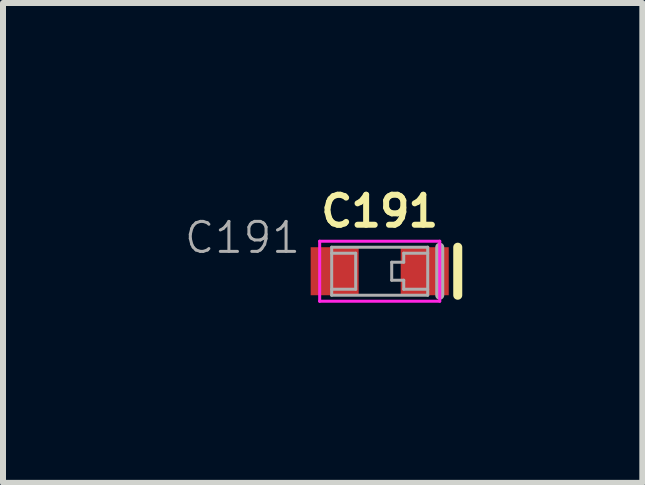
<source format=kicad_pcb>
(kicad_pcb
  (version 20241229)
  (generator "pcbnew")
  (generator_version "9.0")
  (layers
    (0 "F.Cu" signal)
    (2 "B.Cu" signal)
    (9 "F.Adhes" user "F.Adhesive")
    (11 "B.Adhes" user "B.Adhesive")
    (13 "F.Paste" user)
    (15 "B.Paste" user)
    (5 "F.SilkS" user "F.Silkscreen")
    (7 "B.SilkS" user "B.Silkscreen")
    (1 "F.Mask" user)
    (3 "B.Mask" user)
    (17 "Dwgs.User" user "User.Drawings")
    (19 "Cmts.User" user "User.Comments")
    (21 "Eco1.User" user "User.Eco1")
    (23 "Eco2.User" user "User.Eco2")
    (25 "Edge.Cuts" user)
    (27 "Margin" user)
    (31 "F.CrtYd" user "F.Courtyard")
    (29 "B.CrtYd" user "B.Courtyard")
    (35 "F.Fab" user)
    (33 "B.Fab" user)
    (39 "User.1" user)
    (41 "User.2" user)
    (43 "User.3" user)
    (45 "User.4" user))
  (footprint "C191"
    (layer "F.Cu")
    (at 3.275 1.468)
    (property "Reference" "C191" (at 0 -1 0) (layer "F.SilkS") (effects (font (size 0.5 0.5) (thickness 0.1))))
    (attr smd)
    (fp_line (start 1.3 0.4) (end 1.3 -0.4) (stroke (width 0.15) (type solid)) (layer "F.SilkS"))
    (fp_line (start -1 -0.5) (end 1 -0.5) (stroke (width 0.05) (type solid)) (layer "F.CrtYd"))
    (fp_line (start -1 0.5) (end -1 -0.5) (stroke (width 0.05) (type solid)) (layer "F.CrtYd"))
    (fp_line (start 1 -0.5) (end 1 0.5) (stroke (width 0.05) (type solid)) (layer "F.CrtYd"))
    (fp_line (start 1 0.5) (end -1 0.5) (stroke (width 0.05) (type solid)) (layer "F.CrtYd"))
    (fp_line (start -0.8 -0.4) (end -0.8 0.4) (stroke (width 0.05) (type solid)) (layer "F.Fab"))
    (fp_line (start -0.8 0.3) (end -0.4 0.3) (stroke (width 0.05) (type solid)) (layer "F.Fab"))
    (fp_line (start -0.8 0.4) (end 0.8 0.4) (stroke (width 0.05) (type solid)) (layer "F.Fab"))
    (fp_line (start -0.4 -0.3) (end -0.8 -0.3) (stroke (width 0.05) (type solid)) (layer "F.Fab"))
    (fp_line (start -0.4 0.3) (end -0.4 -0.3) (stroke (width 0.05) (type solid)) (layer "F.Fab"))
    (fp_line (start 0.2 -0.15) (end 0.4 -0.15) (stroke (width 0.05) (type solid)) (layer "F.Fab"))
    (fp_line (start 0.2 0.15) (end 0.2 -0.15) (stroke (width 0.05) (type solid)) (layer "F.Fab"))
    (fp_line (start 0.4 -0.3) (end 0.8 -0.3) (stroke (width 0.05) (type solid)) (layer "F.Fab"))
    (fp_line (start 0.4 -0.15) (end 0.4 -0.3) (stroke (width 0.05) (type solid)) (layer "F.Fab"))
    (fp_line (start 0.4 0.15) (end 0.2 0.15) (stroke (width 0.05) (type solid)) (layer "F.Fab"))
    (fp_line (start 0.4 0.3) (end 0.4 0.15) (stroke (width 0.05) (type solid)) (layer "F.Fab"))
    (fp_line (start 0.8 -0.4) (end -0.8 -0.4) (stroke (width 0.05) (type solid)) (layer "F.Fab"))
    (fp_line (start 0.8 0.3) (end 0.4 0.3) (stroke (width 0.05) (type solid)) (layer "F.Fab"))
    (fp_line (start 0.8 0.4) (end 0.8 -0.4) (stroke (width 0.05) (type solid)) (layer "F.Fab"))
    (fp_line (start 1 -0.4) (end 1 0.4) (stroke (width 0.15) (type solid)) (layer "F.Fab"))
    (fp_text user "${REFERENCE}" (at -2.286 -0.559 0) (layer "F.Fab") (effects (font (size 0.5 0.5) (thickness 0.05))))
    (pad "A" smd rect (at -0.75 0) (size 0.8 0.8) (layers "F.Cu" "F.Mask" "F.Paste"))
    (pad "C" smd rect (at 0.75 0) (size 0.8 0.8) (layers "F.Cu" "F.Mask" "F.Paste")))
  (gr_rect
    (start -3 -3)
    (end 7.65 4.993)
    (stroke (width 0.1) (type default))
    (fill no)
    (layer "Edge.Cuts")))
</source>
